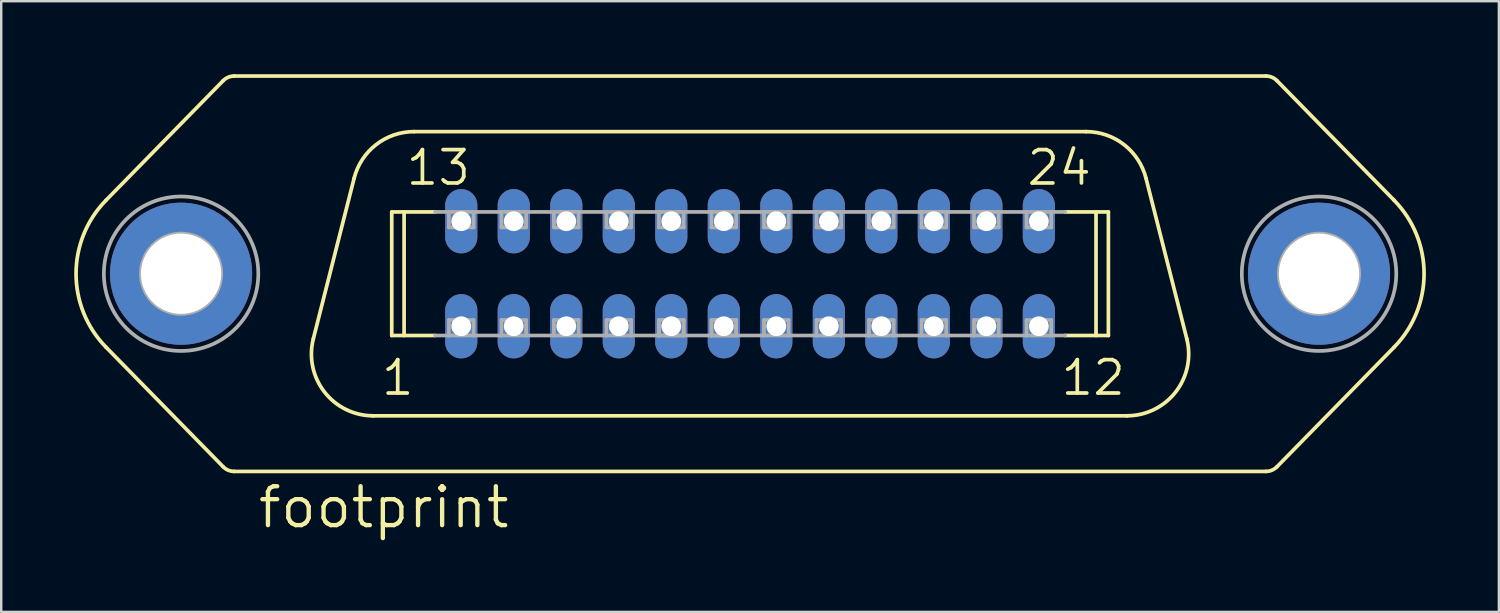
<source format=kicad_pcb>
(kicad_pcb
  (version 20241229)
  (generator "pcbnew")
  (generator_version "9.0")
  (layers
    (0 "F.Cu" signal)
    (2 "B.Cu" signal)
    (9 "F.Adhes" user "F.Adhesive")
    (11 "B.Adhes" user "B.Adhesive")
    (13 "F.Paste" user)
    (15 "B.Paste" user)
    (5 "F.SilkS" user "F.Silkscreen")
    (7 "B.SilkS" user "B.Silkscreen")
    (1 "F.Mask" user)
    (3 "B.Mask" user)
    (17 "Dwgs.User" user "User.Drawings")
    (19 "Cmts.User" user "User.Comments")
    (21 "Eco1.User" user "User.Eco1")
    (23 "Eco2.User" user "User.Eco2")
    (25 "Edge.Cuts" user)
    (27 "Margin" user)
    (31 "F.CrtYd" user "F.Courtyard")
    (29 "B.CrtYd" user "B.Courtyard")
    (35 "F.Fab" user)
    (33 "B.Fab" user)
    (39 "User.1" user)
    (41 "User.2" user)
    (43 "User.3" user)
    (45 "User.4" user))
  (footprint "footprint"
    (layer "F.Cu")
    (at 27.788 8.204)
    (property "Reference" "footprint" (at -20.32 10.541 0) (layer "F.SilkS") (effects (font (size 1.6 1.6) (thickness 0.178)) (justify left bottom)))
    (fp_line (start -21.663 -7.937) (end -26.478 -3.022) (stroke (width 0.152) (type solid)) (layer "F.SilkS"))
    (fp_line (start -21.663 7.937) (end -26.478 3.022) (stroke (width 0.152) (type solid)) (layer "F.SilkS"))
    (fp_line (start -21.209 -8.128) (end 21.209 -8.128) (stroke (width 0.152) (type solid)) (layer "F.SilkS"))
    (fp_line (start -21.209 8.128) (end 21.209 8.128) (stroke (width 0.152) (type solid)) (layer "F.SilkS"))
    (fp_line (start -16.278 -3.928) (end -17.956 2.676) (stroke (width 0.152) (type solid)) (layer "F.SilkS"))
    (fp_line (start -15.494 5.842) (end 15.494 5.842) (stroke (width 0.152) (type solid)) (layer "F.SilkS"))
    (fp_line (start -14.732 -2.54) (end -12.952 -2.54) (stroke (width 0.152) (type solid)) (layer "F.SilkS"))
    (fp_line (start -14.732 2.54) (end -14.732 -2.54) (stroke (width 0.152) (type solid)) (layer "F.SilkS"))
    (fp_line (start -14.732 2.54) (end -12.952 2.54) (stroke (width 0.152) (type solid)) (layer "F.SilkS"))
    (fp_line (start -14.224 2.54) (end -14.224 -2.54) (stroke (width 0.152) (type solid)) (layer "F.SilkS"))
    (fp_line (start -13.816 -5.842) (end 13.816 -5.842) (stroke (width 0.152) (type solid)) (layer "F.SilkS"))
    (fp_line (start 12.952 -2.54) (end 14.732 -2.54) (stroke (width 0.152) (type solid)) (layer "F.SilkS"))
    (fp_line (start 12.952 2.54) (end 14.732 2.54) (stroke (width 0.152) (type solid)) (layer "F.SilkS"))
    (fp_line (start 14.224 2.54) (end 14.224 -2.54) (stroke (width 0.152) (type solid)) (layer "F.SilkS"))
    (fp_line (start 14.732 2.54) (end 14.732 -2.54) (stroke (width 0.152) (type solid)) (layer "F.SilkS"))
    (fp_line (start 16.278 -3.928) (end 17.956 2.676) (stroke (width 0.152) (type solid)) (layer "F.SilkS"))
    (fp_line (start 21.663 -7.937) (end 26.478 -3.022) (stroke (width 0.152) (type solid)) (layer "F.SilkS"))
    (fp_line (start 21.663 7.937) (end 26.478 3.022) (stroke (width 0.152) (type solid)) (layer "F.SilkS"))
    (fp_arc (start -26.477999 3.022001) (mid -27.711365 0.000401) (end -26.478 -3.0212) (stroke (width 0.1524) (type solid)) (layer "F.SilkS"))
    (fp_arc (start -21.663 -7.937) (mid -21.45541 -8.078018) (end -21.2094 -8.1276) (stroke (width 0.1524) (type solid)) (layer "F.SilkS"))
    (fp_arc (start -21.2094 8.1276) (mid -21.45541 8.078018) (end -21.663 7.937) (stroke (width 0.1524) (type solid)) (layer "F.SilkS"))
    (fp_arc (start -16.278 -3.928) (mid -15.375487 -5.307487) (end -13.816199 -5.842401) (stroke (width 0.1524) (type solid)) (layer "F.SilkS"))
    (fp_arc (start -15.494198 5.8416) (mid -17.499285 4.860864) (end -17.956 2.676) (stroke (width 0.1524) (type solid)) (layer "F.SilkS"))
    (fp_arc (start 13.816 -5.842) (mid 15.375288 -5.307086) (end 16.2778 -3.927599) (stroke (width 0.1524) (type solid)) (layer "F.SilkS"))
    (fp_arc (start 17.956 2.675998) (mid 17.499287 4.860862) (end 15.4942 5.8416) (stroke (width 0.1524) (type solid)) (layer "F.SilkS"))
    (fp_arc (start 21.2094 -8.1276) (mid 21.45541 -8.078018) (end 21.663 -7.937) (stroke (width 0.1524) (type solid)) (layer "F.SilkS"))
    (fp_arc (start 21.663 7.937) (mid 21.45541 8.078018) (end 21.2094 8.1276) (stroke (width 0.1524) (type solid)) (layer "F.SilkS"))
    (fp_arc (start 26.477999 -3.021201) (mid 27.711365 0.000399) (end 26.478 3.022) (stroke (width 0.1524) (type solid)) (layer "F.SilkS"))
    (fp_line (start -12.952 -2.54) (end -12.383 -2.54) (stroke (width 0.152) (type solid)) (layer "F.Fab"))
    (fp_line (start -12.952 2.54) (end -12.383 2.54) (stroke (width 0.152) (type solid)) (layer "F.Fab"))
    (fp_line (start -12.383 -2.54) (end -11.367 -2.54) (stroke (width 0.152) (type solid)) (layer "F.Fab"))
    (fp_line (start -12.383 -1.905) (end -12.383 -2.54) (stroke (width 0.152) (type solid)) (layer "F.Fab"))
    (fp_line (start -12.383 1.905) (end -11.367 1.905) (stroke (width 0.152) (type solid)) (layer "F.Fab"))
    (fp_line (start -12.383 2.54) (end -12.383 1.905) (stroke (width 0.152) (type solid)) (layer "F.Fab"))
    (fp_line (start -11.367 -2.54) (end -11.367 -1.905) (stroke (width 0.152) (type solid)) (layer "F.Fab"))
    (fp_line (start -11.367 -2.54) (end -10.223 -2.54) (stroke (width 0.152) (type solid)) (layer "F.Fab"))
    (fp_line (start -11.367 -1.905) (end -12.383 -1.905) (stroke (width 0.152) (type solid)) (layer "F.Fab"))
    (fp_line (start -11.367 1.905) (end -11.367 2.54) (stroke (width 0.152) (type solid)) (layer "F.Fab"))
    (fp_line (start -11.367 2.54) (end -12.383 2.54) (stroke (width 0.152) (type solid)) (layer "F.Fab"))
    (fp_line (start -11.367 2.54) (end -10.223 2.54) (stroke (width 0.152) (type solid)) (layer "F.Fab"))
    (fp_line (start -10.223 -2.54) (end -9.207 -2.54) (stroke (width 0.152) (type solid)) (layer "F.Fab"))
    (fp_line (start -10.223 -1.905) (end -10.223 -2.54) (stroke (width 0.152) (type solid)) (layer "F.Fab"))
    (fp_line (start -10.223 1.905) (end -9.207 1.905) (stroke (width 0.152) (type solid)) (layer "F.Fab"))
    (fp_line (start -10.223 2.54) (end -10.223 1.905) (stroke (width 0.152) (type solid)) (layer "F.Fab"))
    (fp_line (start -9.207 -2.54) (end -9.207 -1.905) (stroke (width 0.152) (type solid)) (layer "F.Fab"))
    (fp_line (start -9.207 -2.54) (end -8.065 -2.54) (stroke (width 0.152) (type solid)) (layer "F.Fab"))
    (fp_line (start -9.207 -1.905) (end -10.223 -1.905) (stroke (width 0.152) (type solid)) (layer "F.Fab"))
    (fp_line (start -9.207 1.905) (end -9.207 2.54) (stroke (width 0.152) (type solid)) (layer "F.Fab"))
    (fp_line (start -9.207 2.54) (end -10.223 2.54) (stroke (width 0.152) (type solid)) (layer "F.Fab"))
    (fp_line (start -9.207 2.54) (end -8.065 2.54) (stroke (width 0.152) (type solid)) (layer "F.Fab"))
    (fp_line (start -8.065 -2.54) (end -7.048 -2.54) (stroke (width 0.152) (type solid)) (layer "F.Fab"))
    (fp_line (start -8.065 -1.905) (end -8.065 -2.54) (stroke (width 0.152) (type solid)) (layer "F.Fab"))
    (fp_line (start -8.065 1.905) (end -7.048 1.905) (stroke (width 0.152) (type solid)) (layer "F.Fab"))
    (fp_line (start -8.065 2.54) (end -8.065 1.905) (stroke (width 0.152) (type solid)) (layer "F.Fab"))
    (fp_line (start -7.048 -2.54) (end -7.048 -1.905) (stroke (width 0.152) (type solid)) (layer "F.Fab"))
    (fp_line (start -7.048 -2.54) (end -5.905 -2.54) (stroke (width 0.152) (type solid)) (layer "F.Fab"))
    (fp_line (start -7.048 -1.905) (end -8.065 -1.905) (stroke (width 0.152) (type solid)) (layer "F.Fab"))
    (fp_line (start -7.048 1.905) (end -7.048 2.54) (stroke (width 0.152) (type solid)) (layer "F.Fab"))
    (fp_line (start -7.048 2.54) (end -8.065 2.54) (stroke (width 0.152) (type solid)) (layer "F.Fab"))
    (fp_line (start -7.048 2.54) (end -5.905 2.54) (stroke (width 0.152) (type solid)) (layer "F.Fab"))
    (fp_line (start -5.905 -2.54) (end -4.889 -2.54) (stroke (width 0.152) (type solid)) (layer "F.Fab"))
    (fp_line (start -5.905 -1.905) (end -5.905 -2.54) (stroke (width 0.152) (type solid)) (layer "F.Fab"))
    (fp_line (start -5.905 1.905) (end -4.889 1.905) (stroke (width 0.152) (type solid)) (layer "F.Fab"))
    (fp_line (start -5.905 2.54) (end -5.905 1.905) (stroke (width 0.152) (type solid)) (layer "F.Fab"))
    (fp_line (start -4.889 -2.54) (end -4.889 -1.905) (stroke (width 0.152) (type solid)) (layer "F.Fab"))
    (fp_line (start -4.889 -2.54) (end -3.747 -2.54) (stroke (width 0.152) (type solid)) (layer "F.Fab"))
    (fp_line (start -4.889 -1.905) (end -5.905 -1.905) (stroke (width 0.152) (type solid)) (layer "F.Fab"))
    (fp_line (start -4.889 1.905) (end -4.889 2.54) (stroke (width 0.152) (type solid)) (layer "F.Fab"))
    (fp_line (start -4.889 2.54) (end -5.905 2.54) (stroke (width 0.152) (type solid)) (layer "F.Fab"))
    (fp_line (start -4.889 2.54) (end -3.747 2.54) (stroke (width 0.152) (type solid)) (layer "F.Fab"))
    (fp_line (start -3.747 -2.54) (end -2.731 -2.54) (stroke (width 0.152) (type solid)) (layer "F.Fab"))
    (fp_line (start -3.747 -1.905) (end -3.747 -2.54) (stroke (width 0.152) (type solid)) (layer "F.Fab"))
    (fp_line (start -3.747 1.905) (end -2.731 1.905) (stroke (width 0.152) (type solid)) (layer "F.Fab"))
    (fp_line (start -3.747 1.905) (end -2.731 1.905) (stroke (width 0.152) (type solid)) (layer "F.Fab"))
    (fp_line (start -3.747 2.54) (end -3.747 1.905) (stroke (width 0.152) (type solid)) (layer "F.Fab"))
    (fp_line (start -3.747 2.54) (end -3.747 1.905) (stroke (width 0.152) (type solid)) (layer "F.Fab"))
    (fp_line (start -2.731 -2.54) (end -2.731 -1.905) (stroke (width 0.152) (type solid)) (layer "F.Fab"))
    (fp_line (start -2.731 -2.54) (end -1.587 -2.54) (stroke (width 0.152) (type solid)) (layer "F.Fab"))
    (fp_line (start -2.731 -1.905) (end -3.747 -1.905) (stroke (width 0.152) (type solid)) (layer "F.Fab"))
    (fp_line (start -2.731 1.905) (end -2.731 2.54) (stroke (width 0.152) (type solid)) (layer "F.Fab"))
    (fp_line (start -2.731 1.905) (end -2.731 2.54) (stroke (width 0.152) (type solid)) (layer "F.Fab"))
    (fp_line (start -2.731 2.54) (end -3.747 2.54) (stroke (width 0.152) (type solid)) (layer "F.Fab"))
    (fp_line (start -2.731 2.54) (end -3.747 2.54) (stroke (width 0.152) (type solid)) (layer "F.Fab"))
    (fp_line (start -2.731 2.54) (end -1.587 2.54) (stroke (width 0.152) (type solid)) (layer "F.Fab"))
    (fp_line (start -1.587 -2.54) (end -0.572 -2.54) (stroke (width 0.152) (type solid)) (layer "F.Fab"))
    (fp_line (start -1.587 -1.905) (end -1.587 -2.54) (stroke (width 0.152) (type solid)) (layer "F.Fab"))
    (fp_line (start -1.587 1.905) (end -0.572 1.905) (stroke (width 0.152) (type solid)) (layer "F.Fab"))
    (fp_line (start -1.587 1.905) (end -0.572 1.905) (stroke (width 0.152) (type solid)) (layer "F.Fab"))
    (fp_line (start -1.587 2.54) (end -1.587 1.905) (stroke (width 0.152) (type solid)) (layer "F.Fab"))
    (fp_line (start -1.587 2.54) (end -1.587 1.905) (stroke (width 0.152) (type solid)) (layer "F.Fab"))
    (fp_line (start -0.572 -2.54) (end -0.572 -1.905) (stroke (width 0.152) (type solid)) (layer "F.Fab"))
    (fp_line (start -0.572 -2.54) (end 0.572 -2.54) (stroke (width 0.152) (type solid)) (layer "F.Fab"))
    (fp_line (start -0.572 -1.905) (end -1.587 -1.905) (stroke (width 0.152) (type solid)) (layer "F.Fab"))
    (fp_line (start -0.572 1.905) (end -0.572 2.54) (stroke (width 0.152) (type solid)) (layer "F.Fab"))
    (fp_line (start -0.572 1.905) (end -0.572 2.54) (stroke (width 0.152) (type solid)) (layer "F.Fab"))
    (fp_line (start -0.572 2.54) (end -1.587 2.54) (stroke (width 0.152) (type solid)) (layer "F.Fab"))
    (fp_line (start -0.572 2.54) (end -1.587 2.54) (stroke (width 0.152) (type solid)) (layer "F.Fab"))
    (fp_line (start -0.572 2.54) (end 0.572 2.54) (stroke (width 0.152) (type solid)) (layer "F.Fab"))
    (fp_line (start 0.572 -2.54) (end 1.587 -2.54) (stroke (width 0.152) (type solid)) (layer "F.Fab"))
    (fp_line (start 0.572 -1.905) (end 0.572 -2.54) (stroke (width 0.152) (type solid)) (layer "F.Fab"))
    (fp_line (start 0.572 1.905) (end 1.587 1.905) (stroke (width 0.152) (type solid)) (layer "F.Fab"))
    (fp_line (start 0.572 2.54) (end 0.572 1.905) (stroke (width 0.152) (type solid)) (layer "F.Fab"))
    (fp_line (start 1.587 -2.54) (end 1.587 -1.905) (stroke (width 0.152) (type solid)) (layer "F.Fab"))
    (fp_line (start 1.587 -2.54) (end 2.731 -2.54) (stroke (width 0.152) (type solid)) (layer "F.Fab"))
    (fp_line (start 1.587 -1.905) (end 0.572 -1.905) (stroke (width 0.152) (type solid)) (layer "F.Fab"))
    (fp_line (start 1.587 1.905) (end 1.587 2.54) (stroke (width 0.152) (type solid)) (layer "F.Fab"))
    (fp_line (start 1.587 2.54) (end 0.572 2.54) (stroke (width 0.152) (type solid)) (layer "F.Fab"))
    (fp_line (start 1.587 2.54) (end 2.731 2.54) (stroke (width 0.152) (type solid)) (layer "F.Fab"))
    (fp_line (start 2.731 -2.54) (end 3.747 -2.54) (stroke (width 0.152) (type solid)) (layer "F.Fab"))
    (fp_line (start 2.731 -1.905) (end 2.731 -2.54) (stroke (width 0.152) (type solid)) (layer "F.Fab"))
    (fp_line (start 2.731 1.905) (end 3.747 1.905) (stroke (width 0.152) (type solid)) (layer "F.Fab"))
    (fp_line (start 2.731 2.54) (end 2.731 1.905) (stroke (width 0.152) (type solid)) (layer "F.Fab"))
    (fp_line (start 3.747 -2.54) (end 3.747 -1.905) (stroke (width 0.152) (type solid)) (layer "F.Fab"))
    (fp_line (start 3.747 -2.54) (end 4.889 -2.54) (stroke (width 0.152) (type solid)) (layer "F.Fab"))
    (fp_line (start 3.747 -1.905) (end 2.731 -1.905) (stroke (width 0.152) (type solid)) (layer "F.Fab"))
    (fp_line (start 3.747 1.905) (end 3.747 2.54) (stroke (width 0.152) (type solid)) (layer "F.Fab"))
    (fp_line (start 3.747 2.54) (end 2.731 2.54) (stroke (width 0.152) (type solid)) (layer "F.Fab"))
    (fp_line (start 3.747 2.54) (end 4.889 2.54) (stroke (width 0.152) (type solid)) (layer "F.Fab"))
    (fp_line (start 4.889 -2.54) (end 5.905 -2.54) (stroke (width 0.152) (type solid)) (layer "F.Fab"))
    (fp_line (start 4.889 -1.905) (end 4.889 -2.54) (stroke (width 0.152) (type solid)) (layer "F.Fab"))
    (fp_line (start 4.889 1.905) (end 5.905 1.905) (stroke (width 0.152) (type solid)) (layer "F.Fab"))
    (fp_line (start 4.889 2.54) (end 4.889 1.905) (stroke (width 0.152) (type solid)) (layer "F.Fab"))
    (fp_line (start 5.905 -2.54) (end 5.905 -1.905) (stroke (width 0.152) (type solid)) (layer "F.Fab"))
    (fp_line (start 5.905 -2.54) (end 7.048 -2.54) (stroke (width 0.152) (type solid)) (layer "F.Fab"))
    (fp_line (start 5.905 -1.905) (end 4.889 -1.905) (stroke (width 0.152) (type solid)) (layer "F.Fab"))
    (fp_line (start 5.905 1.905) (end 5.905 2.54) (stroke (width 0.152) (type solid)) (layer "F.Fab"))
    (fp_line (start 5.905 2.54) (end 4.889 2.54) (stroke (width 0.152) (type solid)) (layer "F.Fab"))
    (fp_line (start 5.905 2.54) (end 7.048 2.54) (stroke (width 0.152) (type solid)) (layer "F.Fab"))
    (fp_line (start 7.048 -2.54) (end 8.065 -2.54) (stroke (width 0.152) (type solid)) (layer "F.Fab"))
    (fp_line (start 7.048 -1.905) (end 7.048 -2.54) (stroke (width 0.152) (type solid)) (layer "F.Fab"))
    (fp_line (start 7.048 1.905) (end 8.065 1.905) (stroke (width 0.152) (type solid)) (layer "F.Fab"))
    (fp_line (start 7.048 2.54) (end 7.048 1.905) (stroke (width 0.152) (type solid)) (layer "F.Fab"))
    (fp_line (start 8.065 -2.54) (end 8.065 -1.905) (stroke (width 0.152) (type solid)) (layer "F.Fab"))
    (fp_line (start 8.065 -2.54) (end 9.207 -2.54) (stroke (width 0.152) (type solid)) (layer "F.Fab"))
    (fp_line (start 8.065 -1.905) (end 7.048 -1.905) (stroke (width 0.152) (type solid)) (layer "F.Fab"))
    (fp_line (start 8.065 1.905) (end 8.065 2.54) (stroke (width 0.152) (type solid)) (layer "F.Fab"))
    (fp_line (start 8.065 2.54) (end 7.048 2.54) (stroke (width 0.152) (type solid)) (layer "F.Fab"))
    (fp_line (start 8.065 2.54) (end 9.207 2.54) (stroke (width 0.152) (type solid)) (layer "F.Fab"))
    (fp_line (start 9.207 -2.54) (end 10.223 -2.54) (stroke (width 0.152) (type solid)) (layer "F.Fab"))
    (fp_line (start 9.207 -1.905) (end 9.207 -2.54) (stroke (width 0.152) (type solid)) (layer "F.Fab"))
    (fp_line (start 9.207 1.905) (end 10.223 1.905) (stroke (width 0.152) (type solid)) (layer "F.Fab"))
    (fp_line (start 9.207 2.54) (end 9.207 1.905) (stroke (width 0.152) (type solid)) (layer "F.Fab"))
    (fp_line (start 10.223 -2.54) (end 10.223 -1.905) (stroke (width 0.152) (type solid)) (layer "F.Fab"))
    (fp_line (start 10.223 -2.54) (end 11.367 -2.54) (stroke (width 0.152) (type solid)) (layer "F.Fab"))
    (fp_line (start 10.223 -1.905) (end 9.207 -1.905) (stroke (width 0.152) (type solid)) (layer "F.Fab"))
    (fp_line (start 10.223 1.905) (end 10.223 2.54) (stroke (width 0.152) (type solid)) (layer "F.Fab"))
    (fp_line (start 10.223 2.54) (end 9.207 2.54) (stroke (width 0.152) (type solid)) (layer "F.Fab"))
    (fp_line (start 10.223 2.54) (end 11.367 2.54) (stroke (width 0.152) (type solid)) (layer "F.Fab"))
    (fp_line (start 11.367 -2.54) (end 12.383 -2.54) (stroke (width 0.152) (type solid)) (layer "F.Fab"))
    (fp_line (start 11.367 -1.905) (end 11.367 -2.54) (stroke (width 0.152) (type solid)) (layer "F.Fab"))
    (fp_line (start 11.367 1.905) (end 12.383 1.905) (stroke (width 0.152) (type solid)) (layer "F.Fab"))
    (fp_line (start 11.367 2.54) (end 11.367 1.905) (stroke (width 0.152) (type solid)) (layer "F.Fab"))
    (fp_line (start 12.383 -2.54) (end 12.383 -1.905) (stroke (width 0.152) (type solid)) (layer "F.Fab"))
    (fp_line (start 12.383 -2.54) (end 12.952 -2.54) (stroke (width 0.152) (type solid)) (layer "F.Fab"))
    (fp_line (start 12.383 -1.905) (end 11.367 -1.905) (stroke (width 0.152) (type solid)) (layer "F.Fab"))
    (fp_line (start 12.383 1.905) (end 12.383 2.54) (stroke (width 0.152) (type solid)) (layer "F.Fab"))
    (fp_line (start 12.383 2.54) (end 11.367 2.54) (stroke (width 0.152) (type solid)) (layer "F.Fab"))
    (fp_line (start 12.383 2.54) (end 12.952 2.54) (stroke (width 0.152) (type solid)) (layer "F.Fab"))
    (fp_circle (center -23.393 0) (end -21.742 0) (stroke (width 0.152) (type solid)) (fill no) (layer "F.Fab"))
    (fp_circle (center -23.393 0) (end -20.218 0) (stroke (width 0.152) (type solid)) (fill no) (layer "F.Fab"))
    (fp_circle (center 23.393 0) (end 25.044 0) (stroke (width 0.152) (type solid)) (fill no) (layer "F.Fab"))
    (fp_circle (center 23.393 0) (end 26.568 0) (stroke (width 0.152) (type solid)) (fill no) (layer "F.Fab"))
    (fp_poly (pts (xy -12.383 -1.905) (xy -11.367 -1.905) (xy -11.367 -2.54) (xy -12.383 -2.54)) (stroke (width 0.1) (type solid)) (fill no) (layer "F.Fab"))
    (fp_poly (pts (xy -12.383 2.54) (xy -11.367 2.54) (xy -11.367 1.905) (xy -12.383 1.905)) (stroke (width 0.1) (type solid)) (fill no) (layer "F.Fab"))
    (fp_poly (pts (xy -10.223 -1.905) (xy -9.207 -1.905) (xy -9.207 -2.54) (xy -10.223 -2.54)) (stroke (width 0.1) (type solid)) (fill no) (layer "F.Fab"))
    (fp_poly (pts (xy -10.223 2.54) (xy -9.207 2.54) (xy -9.207 1.905) (xy -10.223 1.905)) (stroke (width 0.1) (type solid)) (fill no) (layer "F.Fab"))
    (fp_poly (pts (xy -8.065 -1.905) (xy -7.048 -1.905) (xy -7.048 -2.54) (xy -8.065 -2.54)) (stroke (width 0.1) (type solid)) (fill no) (layer "F.Fab"))
    (fp_poly (pts (xy -8.065 2.54) (xy -7.048 2.54) (xy -7.048 1.905) (xy -8.065 1.905)) (stroke (width 0.1) (type solid)) (fill no) (layer "F.Fab"))
    (fp_poly (pts (xy -5.905 -1.905) (xy -4.889 -1.905) (xy -4.889 -2.54) (xy -5.905 -2.54)) (stroke (width 0.1) (type solid)) (fill no) (layer "F.Fab"))
    (fp_poly (pts (xy -5.905 2.54) (xy -4.889 2.54) (xy -4.889 1.905) (xy -5.905 1.905)) (stroke (width 0.1) (type solid)) (fill no) (layer "F.Fab"))
    (fp_poly (pts (xy -3.747 -1.905) (xy -2.731 -1.905) (xy -2.731 -2.54) (xy -3.747 -2.54)) (stroke (width 0.1) (type solid)) (fill no) (layer "F.Fab"))
    (fp_poly (pts (xy -3.747 2.54) (xy -2.731 2.54) (xy -2.731 1.905) (xy -3.747 1.905)) (stroke (width 0.1) (type solid)) (fill no) (layer "F.Fab"))
    (fp_poly (pts (xy -1.587 -1.905) (xy -0.572 -1.905) (xy -0.572 -2.54) (xy -1.587 -2.54)) (stroke (width 0.1) (type solid)) (fill no) (layer "F.Fab"))
    (fp_poly (pts (xy -1.587 2.54) (xy -0.572 2.54) (xy -0.572 1.905) (xy -1.587 1.905)) (stroke (width 0.1) (type solid)) (fill no) (layer "F.Fab"))
    (fp_poly (pts (xy 0.572 -1.905) (xy 1.587 -1.905) (xy 1.587 -2.54) (xy 0.572 -2.54)) (stroke (width 0.1) (type solid)) (fill no) (layer "F.Fab"))
    (fp_poly (pts (xy 0.572 2.54) (xy 1.587 2.54) (xy 1.587 1.905) (xy 0.572 1.905)) (stroke (width 0.1) (type solid)) (fill no) (layer "F.Fab"))
    (fp_poly (pts (xy 2.731 -1.905) (xy 3.747 -1.905) (xy 3.747 -2.54) (xy 2.731 -2.54)) (stroke (width 0.1) (type solid)) (fill no) (layer "F.Fab"))
    (fp_poly (pts (xy 2.731 2.54) (xy 3.747 2.54) (xy 3.747 1.905) (xy 2.731 1.905)) (stroke (width 0.1) (type solid)) (fill no) (layer "F.Fab"))
    (fp_poly (pts (xy 4.889 -1.905) (xy 5.905 -1.905) (xy 5.905 -2.54) (xy 4.889 -2.54)) (stroke (width 0.1) (type solid)) (fill no) (layer "F.Fab"))
    (fp_poly (pts (xy 4.889 2.54) (xy 5.905 2.54) (xy 5.905 1.905) (xy 4.889 1.905)) (stroke (width 0.1) (type solid)) (fill no) (layer "F.Fab"))
    (fp_poly (pts (xy 7.048 -1.905) (xy 8.065 -1.905) (xy 8.065 -2.54) (xy 7.048 -2.54)) (stroke (width 0.1) (type solid)) (fill no) (layer "F.Fab"))
    (fp_poly (pts (xy 7.048 2.54) (xy 8.065 2.54) (xy 8.065 1.905) (xy 7.048 1.905)) (stroke (width 0.1) (type solid)) (fill no) (layer "F.Fab"))
    (fp_poly (pts (xy 9.207 -1.905) (xy 10.223 -1.905) (xy 10.223 -2.54) (xy 9.207 -2.54)) (stroke (width 0.1) (type solid)) (fill no) (layer "F.Fab"))
    (fp_poly (pts (xy 9.207 2.54) (xy 10.223 2.54) (xy 10.223 1.905) (xy 9.207 1.905)) (stroke (width 0.1) (type solid)) (fill no) (layer "F.Fab"))
    (fp_poly (pts (xy 11.367 -1.905) (xy 12.383 -1.905) (xy 12.383 -2.54) (xy 11.367 -2.54)) (stroke (width 0.1) (type solid)) (fill no) (layer "F.Fab"))
    (fp_poly (pts (xy 11.367 2.54) (xy 12.383 2.54) (xy 12.383 1.905) (xy 11.367 1.905)) (stroke (width 0.1) (type solid)) (fill no) (layer "F.Fab"))
    (fp_text user "13" (at -14.224 -3.556 0) (layer "F.SilkS") (effects (font (size 1.372 1.372) (thickness 0.152)) (justify left bottom)))
    (fp_text user "24" (at 11.303 -3.556 0) (layer "F.SilkS") (effects (font (size 1.372 1.372) (thickness 0.152)) (justify left bottom)))
    (fp_text user "12" (at 12.7 5.08 0) (layer "F.SilkS") (effects (font (size 1.372 1.372) (thickness 0.152)) (justify left bottom)))
    (fp_text user "1" (at -15.24 5.08 0) (layer "F.SilkS") (effects (font (size 1.372 1.372) (thickness 0.152)) (justify left bottom)))
    (pad "1" thru_hole oval (at -11.874 2.159 90) (size 2.642 1.321) (drill 0.813) (layers "*.Cu" "*.Mask"))
    (pad "2" thru_hole oval (at -9.716 2.159 90) (size 2.642 1.321) (drill 0.813) (layers "*.Cu" "*.Mask"))
    (pad "3" thru_hole oval (at -7.556 2.159 90) (size 2.642 1.321) (drill 0.813) (layers "*.Cu" "*.Mask"))
    (pad "4" thru_hole oval (at -5.397 2.159 90) (size 2.642 1.321) (drill 0.813) (layers "*.Cu" "*.Mask"))
    (pad "5" thru_hole oval (at -3.239 2.159 90) (size 2.642 1.321) (drill 0.813) (layers "*.Cu" "*.Mask"))
    (pad "6" thru_hole oval (at -1.079 2.159 90) (size 2.642 1.321) (drill 0.813) (layers "*.Cu" "*.Mask"))
    (pad "7" thru_hole oval (at 1.079 2.159 90) (size 2.642 1.321) (drill 0.813) (layers "*.Cu" "*.Mask"))
    (pad "8" thru_hole oval (at 3.239 2.159 90) (size 2.642 1.321) (drill 0.813) (layers "*.Cu" "*.Mask"))
    (pad "9" thru_hole oval (at 5.397 2.159 90) (size 2.642 1.321) (drill 0.813) (layers "*.Cu" "*.Mask"))
    (pad "10" thru_hole oval (at 7.556 2.159 90) (size 2.642 1.321) (drill 0.813) (layers "*.Cu" "*.Mask"))
    (pad "11" thru_hole oval (at 9.716 2.159 90) (size 2.642 1.321) (drill 0.813) (layers "*.Cu" "*.Mask"))
    (pad "12" thru_hole oval (at 11.874 2.159 90) (size 2.642 1.321) (drill 0.813) (layers "*.Cu" "*.Mask"))
    (pad "13" thru_hole oval (at -11.874 -2.159 90) (size 2.642 1.321) (drill 0.813) (layers "*.Cu" "*.Mask"))
    (pad "14" thru_hole oval (at -9.716 -2.159 90) (size 2.642 1.321) (drill 0.813) (layers "*.Cu" "*.Mask"))
    (pad "15" thru_hole oval (at -7.556 -2.159 90) (size 2.642 1.321) (drill 0.813) (layers "*.Cu" "*.Mask"))
    (pad "16" thru_hole oval (at -5.397 -2.159 90) (size 2.642 1.321) (drill 0.813) (layers "*.Cu" "*.Mask"))
    (pad "17" thru_hole oval (at -3.239 -2.159 90) (size 2.642 1.321) (drill 0.813) (layers "*.Cu" "*.Mask"))
    (pad "18" thru_hole oval (at -1.079 -2.159 90) (size 2.642 1.321) (drill 0.813) (layers "*.Cu" "*.Mask"))
    (pad "19" thru_hole oval (at 1.079 -2.159 90) (size 2.642 1.321) (drill 0.813) (layers "*.Cu" "*.Mask"))
    (pad "20" thru_hole oval (at 3.239 -2.159 90) (size 2.642 1.321) (drill 0.813) (layers "*.Cu" "*.Mask"))
    (pad "21" thru_hole oval (at 5.397 -2.159 90) (size 2.642 1.321) (drill 0.813) (layers "*.Cu" "*.Mask"))
    (pad "22" thru_hole oval (at 7.556 -2.159 90) (size 2.642 1.321) (drill 0.813) (layers "*.Cu" "*.Mask"))
    (pad "23" thru_hole oval (at 9.716 -2.159 90) (size 2.642 1.321) (drill 0.813) (layers "*.Cu" "*.Mask"))
    (pad "24" thru_hole oval (at 11.874 -2.159 90) (size 2.642 1.321) (drill 0.813) (layers "*.Cu" "*.Mask"))
    (pad "G" thru_hole circle (at -23.393 0) (size 5.842 5.842) (drill 3.302) (layers "*.Cu" "*.Mask"))
    (pad "G1" thru_hole circle (at 23.393 0) (size 5.842 5.842) (drill 3.302) (layers "*.Cu" "*.Mask")))
  (gr_rect
    (start -3 -3)
    (end 58.575 22.108)
    (stroke (width 0.1) (type default))
    (fill no)
    (layer "Edge.Cuts")))
</source>
